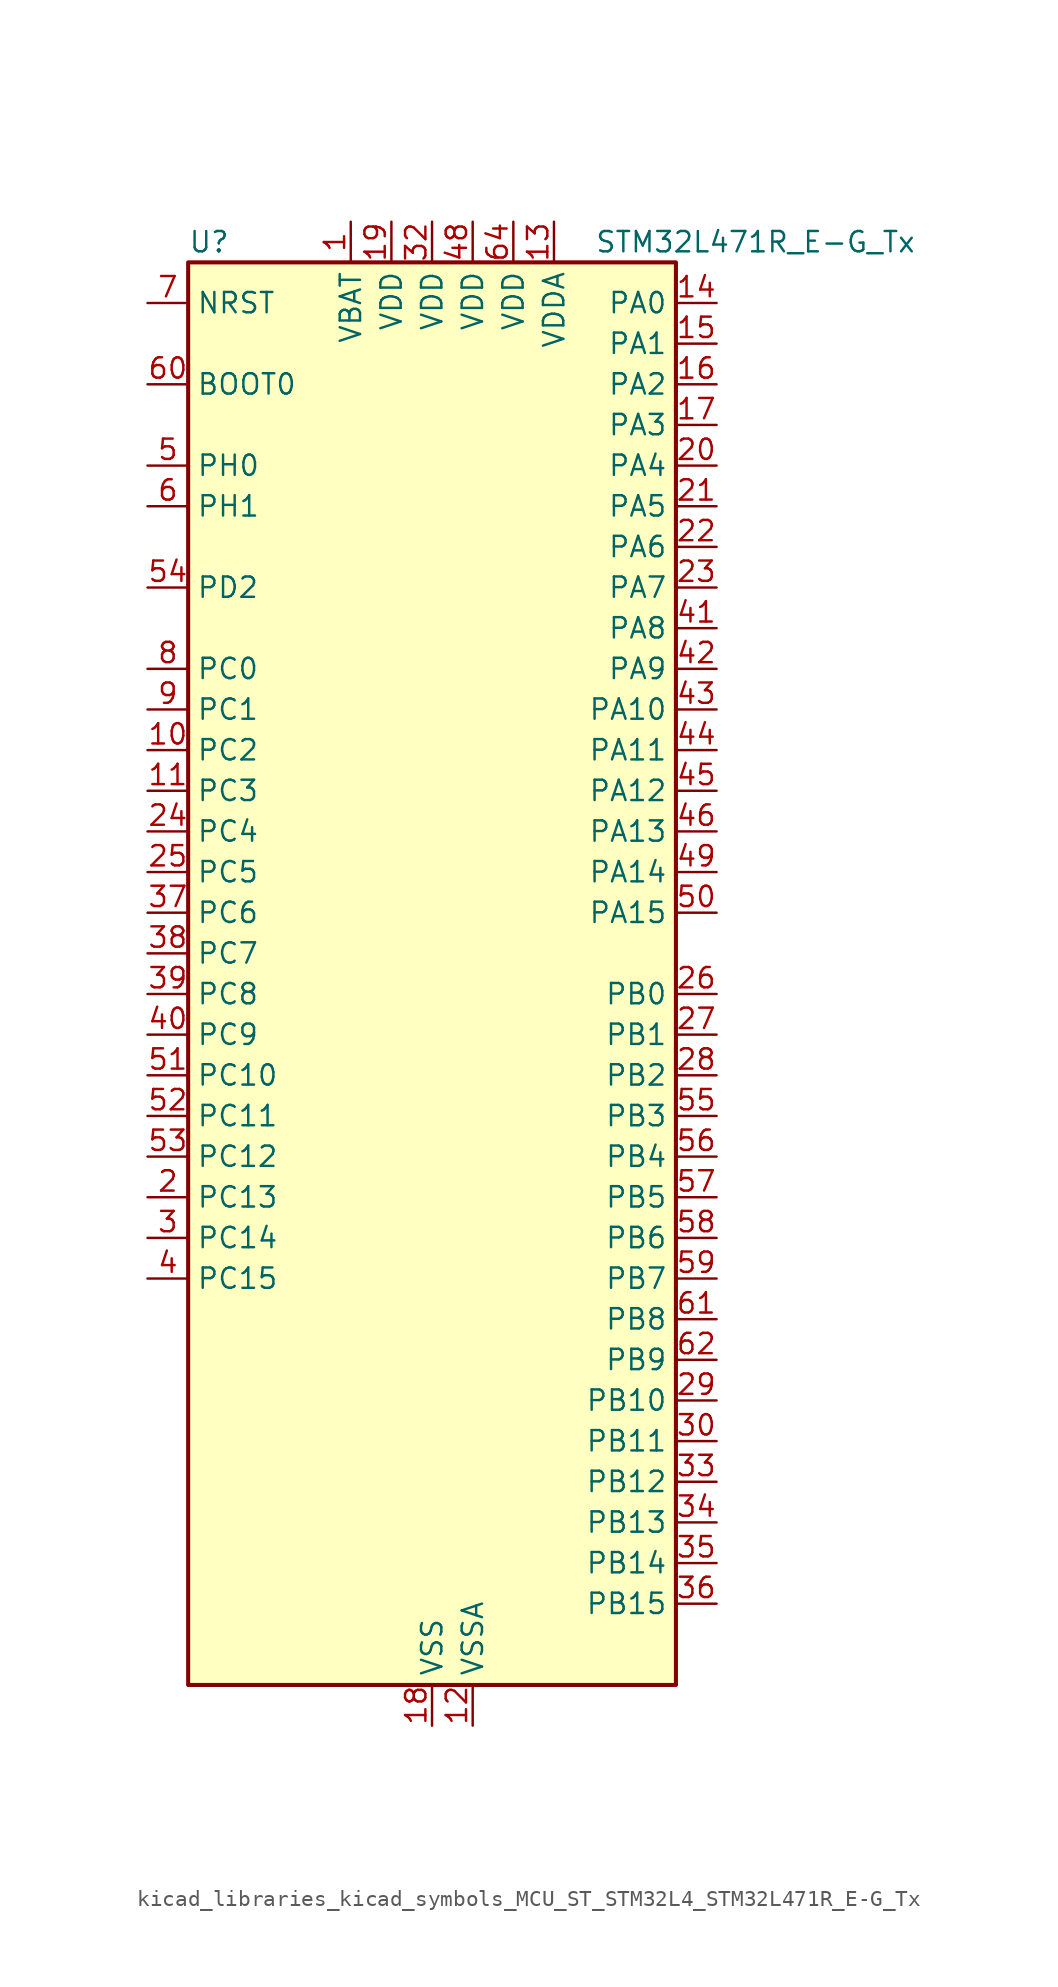
<source format=kicad_sym>
(kicad_symbol_lib
  (version 20220914)
  (generator kicad_symbol_editor)
  (symbol "kicad_libraries_kicad_symbols_MCU_ST_STM32L4_STM32L471R_E-G_Tx"
    (property "Reference" "U"
      (at -15.24 46.99 0)
      (effects (font (size 1.27 1.27)) (justify left)))
    (property "Value" "STM32L471R_E-G_Tx"
      (at 10.16 46.99 0)
      (effects (font (size 1.27 1.27)) (justify left)))
    (property "ki_locked" ""
      (at 0 0 0)
      (effects (font (size 1.27 1.27))))
    (symbol "kicad_libraries_kicad_symbols_MCU_ST_STM32L4_STM32L471R_E-G_Tx_0_1"
      (rectangle (start -15.24 -43.18) (end 15.24 45.72) (stroke (width 0.254) (type default)) (fill (type background))))
    (symbol "kicad_libraries_kicad_symbols_MCU_ST_STM32L4_STM32L471R_E-G_Tx_1_1"
      (pin power_in line (at -5.08 48.26 270) (length 2.54) (name "VBAT" (effects (font (size 1.27 1.27)))) (number "1" (effects (font (size 1.27 1.27)))))
      (pin bidirectional line (at -17.78 15.24 0) (length 2.54) (name "PC2" (effects (font (size 1.27 1.27)))) (number "10" (effects (font (size 1.27 1.27)))) (alternate "ADC1_IN3" bidirectional line) (alternate "ADC2_IN3" bidirectional line) (alternate "ADC3_IN3" bidirectional line) (alternate "DFSDM1_CKOUT" bidirectional line) (alternate "LPTIM1_IN2" bidirectional line) (alternate "SPI2_MISO" bidirectional line))
      (pin bidirectional line (at -17.78 12.7 0) (length 2.54) (name "PC3" (effects (font (size 1.27 1.27)))) (number "11" (effects (font (size 1.27 1.27)))) (alternate "ADC1_IN4" bidirectional line) (alternate "ADC2_IN4" bidirectional line) (alternate "ADC3_IN4" bidirectional line) (alternate "LPTIM1_ETR" bidirectional line) (alternate "LPTIM2_ETR" bidirectional line) (alternate "SAI1_SD_A" bidirectional line) (alternate "SPI2_MOSI" bidirectional line))
      (pin power_in line (at 2.54 -45.72 90) (length 2.54) (name "VSSA" (effects (font (size 1.27 1.27)))) (number "12" (effects (font (size 1.27 1.27)))))
      (pin power_in line (at 7.62 48.26 270) (length 2.54) (name "VDDA" (effects (font (size 1.27 1.27)))) (number "13" (effects (font (size 1.27 1.27)))))
      (pin bidirectional line (at 17.78 43.18 180) (length 2.54) (name "PA0" (effects (font (size 1.27 1.27)))) (number "14" (effects (font (size 1.27 1.27)))) (alternate "ADC1_IN5" bidirectional line) (alternate "ADC2_IN5" bidirectional line) (alternate "OPAMP1_VINP" bidirectional line) (alternate "RTC_TAMP2" bidirectional line) (alternate "SAI1_EXTCLK" bidirectional line) (alternate "SYS_WKUP1" bidirectional line) (alternate "TIM2_CH1" bidirectional line) (alternate "TIM2_ETR" bidirectional line) (alternate "TIM5_CH1" bidirectional line) (alternate "TIM8_ETR" bidirectional line) (alternate "UART4_TX" bidirectional line) (alternate "USART2_CTS" bidirectional line))
      (pin bidirectional line (at 17.78 40.64 180) (length 2.54) (name "PA1" (effects (font (size 1.27 1.27)))) (number "15" (effects (font (size 1.27 1.27)))) (alternate "ADC1_IN6" bidirectional line) (alternate "ADC2_IN6" bidirectional line) (alternate "OPAMP1_VINM" bidirectional line) (alternate "TIM15_CH1N" bidirectional line) (alternate "TIM2_CH2" bidirectional line) (alternate "TIM5_CH2" bidirectional line) (alternate "UART4_RX" bidirectional line) (alternate "USART2_DE" bidirectional line) (alternate "USART2_RTS" bidirectional line))
      (pin bidirectional line (at 17.78 38.1 180) (length 2.54) (name "PA2" (effects (font (size 1.27 1.27)))) (number "16" (effects (font (size 1.27 1.27)))) (alternate "ADC1_IN7" bidirectional line) (alternate "ADC2_IN7" bidirectional line) (alternate "RCC_LSCO" bidirectional line) (alternate "SAI2_EXTCLK" bidirectional line) (alternate "SYS_WKUP4" bidirectional line) (alternate "TIM15_CH1" bidirectional line) (alternate "TIM2_CH3" bidirectional line) (alternate "TIM5_CH3" bidirectional line) (alternate "USART2_TX" bidirectional line))
      (pin bidirectional line (at 17.78 35.56 180) (length 2.54) (name "PA3" (effects (font (size 1.27 1.27)))) (number "17" (effects (font (size 1.27 1.27)))) (alternate "ADC1_IN8" bidirectional line) (alternate "ADC2_IN8" bidirectional line) (alternate "OPAMP1_VOUT" bidirectional line) (alternate "TIM15_CH2" bidirectional line) (alternate "TIM2_CH4" bidirectional line) (alternate "TIM5_CH4" bidirectional line) (alternate "USART2_RX" bidirectional line))
      (pin power_in line (at 0 -45.72 90) (length 2.54) (name "VSS" (effects (font (size 1.27 1.27)))) (number "18" (effects (font (size 1.27 1.27)))))
      (pin power_in line (at -2.54 48.26 270) (length 2.54) (name "VDD" (effects (font (size 1.27 1.27)))) (number "19" (effects (font (size 1.27 1.27)))))
      (pin bidirectional line (at -17.78 -12.7 0) (length 2.54) (name "PC13" (effects (font (size 1.27 1.27)))) (number "2" (effects (font (size 1.27 1.27)))) (alternate "RTC_OUT_ALARM" bidirectional line) (alternate "RTC_OUT_CALIB" bidirectional line) (alternate "RTC_TAMP1" bidirectional line) (alternate "RTC_TS" bidirectional line) (alternate "SYS_WKUP2" bidirectional line))
      (pin bidirectional line (at 17.78 33.02 180) (length 2.54) (name "PA4" (effects (font (size 1.27 1.27)))) (number "20" (effects (font (size 1.27 1.27)))) (alternate "ADC1_IN9" bidirectional line) (alternate "ADC2_IN9" bidirectional line) (alternate "DAC1_OUT1" bidirectional line) (alternate "LPTIM2_OUT" bidirectional line) (alternate "SAI1_FS_B" bidirectional line) (alternate "SPI1_NSS" bidirectional line) (alternate "SPI3_NSS" bidirectional line) (alternate "USART2_CK" bidirectional line))
      (pin bidirectional line (at 17.78 30.48 180) (length 2.54) (name "PA5" (effects (font (size 1.27 1.27)))) (number "21" (effects (font (size 1.27 1.27)))) (alternate "ADC1_IN10" bidirectional line) (alternate "ADC2_IN10" bidirectional line) (alternate "DAC1_OUT2" bidirectional line) (alternate "LPTIM2_ETR" bidirectional line) (alternate "SPI1_SCK" bidirectional line) (alternate "TIM2_CH1" bidirectional line) (alternate "TIM2_ETR" bidirectional line) (alternate "TIM8_CH1N" bidirectional line))
      (pin bidirectional line (at 17.78 27.94 180) (length 2.54) (name "PA6" (effects (font (size 1.27 1.27)))) (number "22" (effects (font (size 1.27 1.27)))) (alternate "ADC1_IN11" bidirectional line) (alternate "ADC2_IN11" bidirectional line) (alternate "OPAMP2_VINP" bidirectional line) (alternate "QUADSPI_BK1_IO3" bidirectional line) (alternate "SPI1_MISO" bidirectional line) (alternate "TIM16_CH1" bidirectional line) (alternate "TIM1_BKIN" bidirectional line) (alternate "TIM1_BKIN_COMP2" bidirectional line) (alternate "TIM3_CH1" bidirectional line) (alternate "TIM8_BKIN" bidirectional line) (alternate "TIM8_BKIN_COMP2" bidirectional line) (alternate "USART3_CTS" bidirectional line))
      (pin bidirectional line (at 17.78 25.4 180) (length 2.54) (name "PA7" (effects (font (size 1.27 1.27)))) (number "23" (effects (font (size 1.27 1.27)))) (alternate "ADC1_IN12" bidirectional line) (alternate "ADC2_IN12" bidirectional line) (alternate "OPAMP2_VINM" bidirectional line) (alternate "QUADSPI_BK1_IO2" bidirectional line) (alternate "SPI1_MOSI" bidirectional line) (alternate "TIM17_CH1" bidirectional line) (alternate "TIM1_CH1N" bidirectional line) (alternate "TIM3_CH2" bidirectional line) (alternate "TIM8_CH1N" bidirectional line))
      (pin bidirectional line (at -17.78 10.16 0) (length 2.54) (name "PC4" (effects (font (size 1.27 1.27)))) (number "24" (effects (font (size 1.27 1.27)))) (alternate "ADC1_IN13" bidirectional line) (alternate "ADC2_IN13" bidirectional line) (alternate "COMP1_INM" bidirectional line) (alternate "USART3_TX" bidirectional line))
      (pin bidirectional line (at -17.78 7.62 0) (length 2.54) (name "PC5" (effects (font (size 1.27 1.27)))) (number "25" (effects (font (size 1.27 1.27)))) (alternate "ADC1_IN14" bidirectional line) (alternate "ADC2_IN14" bidirectional line) (alternate "COMP1_INP" bidirectional line) (alternate "SYS_WKUP5" bidirectional line) (alternate "USART3_RX" bidirectional line))
      (pin bidirectional line (at 17.78 0 180) (length 2.54) (name "PB0" (effects (font (size 1.27 1.27)))) (number "26" (effects (font (size 1.27 1.27)))) (alternate "ADC1_IN15" bidirectional line) (alternate "ADC2_IN15" bidirectional line) (alternate "COMP1_OUT" bidirectional line) (alternate "OPAMP2_VOUT" bidirectional line) (alternate "QUADSPI_BK1_IO1" bidirectional line) (alternate "TIM1_CH2N" bidirectional line) (alternate "TIM3_CH3" bidirectional line) (alternate "TIM8_CH2N" bidirectional line) (alternate "USART3_CK" bidirectional line))
      (pin bidirectional line (at 17.78 -2.54 180) (length 2.54) (name "PB1" (effects (font (size 1.27 1.27)))) (number "27" (effects (font (size 1.27 1.27)))) (alternate "ADC1_IN16" bidirectional line) (alternate "ADC2_IN16" bidirectional line) (alternate "COMP1_INM" bidirectional line) (alternate "DFSDM1_DATIN0" bidirectional line) (alternate "LPTIM2_IN1" bidirectional line) (alternate "QUADSPI_BK1_IO0" bidirectional line) (alternate "TIM1_CH3N" bidirectional line) (alternate "TIM3_CH4" bidirectional line) (alternate "TIM8_CH3N" bidirectional line) (alternate "USART3_DE" bidirectional line) (alternate "USART3_RTS" bidirectional line))
      (pin bidirectional line (at 17.78 -5.08 180) (length 2.54) (name "PB2" (effects (font (size 1.27 1.27)))) (number "28" (effects (font (size 1.27 1.27)))) (alternate "COMP1_INP" bidirectional line) (alternate "DFSDM1_CKIN0" bidirectional line) (alternate "I2C3_SMBA" bidirectional line) (alternate "LPTIM1_OUT" bidirectional line) (alternate "RTC_OUT_ALARM" bidirectional line) (alternate "RTC_OUT_CALIB" bidirectional line))
      (pin bidirectional line (at 17.78 -25.4 180) (length 2.54) (name "PB10" (effects (font (size 1.27 1.27)))) (number "29" (effects (font (size 1.27 1.27)))) (alternate "COMP1_OUT" bidirectional line) (alternate "DFSDM1_DATIN7" bidirectional line) (alternate "I2C2_SCL" bidirectional line) (alternate "LPUART1_RX" bidirectional line) (alternate "QUADSPI_CLK" bidirectional line) (alternate "SAI1_SCK_A" bidirectional line) (alternate "SPI2_SCK" bidirectional line) (alternate "TIM2_CH3" bidirectional line) (alternate "USART3_TX" bidirectional line))
      (pin bidirectional line (at -17.78 -15.24 0) (length 2.54) (name "PC14" (effects (font (size 1.27 1.27)))) (number "3" (effects (font (size 1.27 1.27)))) (alternate "RCC_OSC32_IN" bidirectional line))
      (pin bidirectional line (at 17.78 -27.94 180) (length 2.54) (name "PB11" (effects (font (size 1.27 1.27)))) (number "30" (effects (font (size 1.27 1.27)))) (alternate "ADC1_EXTI11" bidirectional line) (alternate "ADC2_EXTI11" bidirectional line) (alternate "ADC3_EXTI11" bidirectional line) (alternate "COMP2_OUT" bidirectional line) (alternate "DFSDM1_CKIN7" bidirectional line) (alternate "I2C2_SDA" bidirectional line) (alternate "LPUART1_TX" bidirectional line) (alternate "QUADSPI_NCS" bidirectional line) (alternate "TIM2_CH4" bidirectional line) (alternate "USART3_RX" bidirectional line))
      (pin passive line (at 0 -45.72 90) (length 2.54) hide (name "VSS" (effects (font (size 1.27 1.27)))) (number "31" (effects (font (size 1.27 1.27)))))
      (pin power_in line (at 0 48.26 270) (length 2.54) (name "VDD" (effects (font (size 1.27 1.27)))) (number "32" (effects (font (size 1.27 1.27)))))
      (pin bidirectional line (at 17.78 -30.48 180) (length 2.54) (name "PB12" (effects (font (size 1.27 1.27)))) (number "33" (effects (font (size 1.27 1.27)))) (alternate "DFSDM1_DATIN1" bidirectional line) (alternate "I2C2_SMBA" bidirectional line) (alternate "LPUART1_DE" bidirectional line) (alternate "LPUART1_RTS" bidirectional line) (alternate "SAI2_FS_A" bidirectional line) (alternate "SPI2_NSS" bidirectional line) (alternate "SWPMI1_IO" bidirectional line) (alternate "TIM15_BKIN" bidirectional line) (alternate "TIM1_BKIN" bidirectional line) (alternate "TIM1_BKIN_COMP2" bidirectional line) (alternate "TSC_G1_IO1" bidirectional line) (alternate "USART3_CK" bidirectional line))
      (pin bidirectional line (at 17.78 -33.02 180) (length 2.54) (name "PB13" (effects (font (size 1.27 1.27)))) (number "34" (effects (font (size 1.27 1.27)))) (alternate "DFSDM1_CKIN1" bidirectional line) (alternate "I2C2_SCL" bidirectional line) (alternate "LPUART1_CTS" bidirectional line) (alternate "SAI2_SCK_A" bidirectional line) (alternate "SPI2_SCK" bidirectional line) (alternate "SWPMI1_TX" bidirectional line) (alternate "TIM15_CH1N" bidirectional line) (alternate "TIM1_CH1N" bidirectional line) (alternate "TSC_G1_IO2" bidirectional line) (alternate "USART3_CTS" bidirectional line))
      (pin bidirectional line (at 17.78 -35.56 180) (length 2.54) (name "PB14" (effects (font (size 1.27 1.27)))) (number "35" (effects (font (size 1.27 1.27)))) (alternate "DFSDM1_DATIN2" bidirectional line) (alternate "I2C2_SDA" bidirectional line) (alternate "SAI2_MCLK_A" bidirectional line) (alternate "SPI2_MISO" bidirectional line) (alternate "SWPMI1_RX" bidirectional line) (alternate "TIM15_CH1" bidirectional line) (alternate "TIM1_CH2N" bidirectional line) (alternate "TIM8_CH2N" bidirectional line) (alternate "TSC_G1_IO3" bidirectional line) (alternate "USART3_DE" bidirectional line) (alternate "USART3_RTS" bidirectional line))
      (pin bidirectional line (at 17.78 -38.1 180) (length 2.54) (name "PB15" (effects (font (size 1.27 1.27)))) (number "36" (effects (font (size 1.27 1.27)))) (alternate "ADC1_EXTI15" bidirectional line) (alternate "ADC2_EXTI15" bidirectional line) (alternate "ADC3_EXTI15" bidirectional line) (alternate "DFSDM1_CKIN2" bidirectional line) (alternate "RTC_REFIN" bidirectional line) (alternate "SAI2_SD_A" bidirectional line) (alternate "SPI2_MOSI" bidirectional line) (alternate "SWPMI1_SUSPEND" bidirectional line) (alternate "TIM15_CH2" bidirectional line) (alternate "TIM1_CH3N" bidirectional line) (alternate "TIM8_CH3N" bidirectional line) (alternate "TSC_G1_IO4" bidirectional line))
      (pin bidirectional line (at -17.78 5.08 0) (length 2.54) (name "PC6" (effects (font (size 1.27 1.27)))) (number "37" (effects (font (size 1.27 1.27)))) (alternate "DFSDM1_CKIN3" bidirectional line) (alternate "SAI2_MCLK_A" bidirectional line) (alternate "SDMMC1_D6" bidirectional line) (alternate "TIM3_CH1" bidirectional line) (alternate "TIM8_CH1" bidirectional line) (alternate "TSC_G4_IO1" bidirectional line))
      (pin bidirectional line (at -17.78 2.54 0) (length 2.54) (name "PC7" (effects (font (size 1.27 1.27)))) (number "38" (effects (font (size 1.27 1.27)))) (alternate "DFSDM1_DATIN3" bidirectional line) (alternate "SAI2_MCLK_B" bidirectional line) (alternate "SDMMC1_D7" bidirectional line) (alternate "TIM3_CH2" bidirectional line) (alternate "TIM8_CH2" bidirectional line) (alternate "TSC_G4_IO2" bidirectional line))
      (pin bidirectional line (at -17.78 0 0) (length 2.54) (name "PC8" (effects (font (size 1.27 1.27)))) (number "39" (effects (font (size 1.27 1.27)))) (alternate "SDMMC1_D0" bidirectional line) (alternate "TIM3_CH3" bidirectional line) (alternate "TIM8_CH3" bidirectional line) (alternate "TSC_G4_IO3" bidirectional line))
      (pin bidirectional line (at -17.78 -17.78 0) (length 2.54) (name "PC15" (effects (font (size 1.27 1.27)))) (number "4" (effects (font (size 1.27 1.27)))) (alternate "ADC1_EXTI15" bidirectional line) (alternate "ADC2_EXTI15" bidirectional line) (alternate "ADC3_EXTI15" bidirectional line) (alternate "RCC_OSC32_OUT" bidirectional line))
      (pin bidirectional line (at -17.78 -2.54 0) (length 2.54) (name "PC9" (effects (font (size 1.27 1.27)))) (number "40" (effects (font (size 1.27 1.27)))) (alternate "DAC1_EXTI9" bidirectional line) (alternate "SAI2_EXTCLK" bidirectional line) (alternate "SDMMC1_D1" bidirectional line) (alternate "TIM3_CH4" bidirectional line) (alternate "TIM8_BKIN2" bidirectional line) (alternate "TIM8_BKIN2_COMP1" bidirectional line) (alternate "TIM8_CH4" bidirectional line) (alternate "TSC_G4_IO4" bidirectional line))
      (pin bidirectional line (at 17.78 22.86 180) (length 2.54) (name "PA8" (effects (font (size 1.27 1.27)))) (number "41" (effects (font (size 1.27 1.27)))) (alternate "LPTIM2_OUT" bidirectional line) (alternate "RCC_MCO" bidirectional line) (alternate "TIM1_CH1" bidirectional line) (alternate "USART1_CK" bidirectional line))
      (pin bidirectional line (at 17.78 20.32 180) (length 2.54) (name "PA9" (effects (font (size 1.27 1.27)))) (number "42" (effects (font (size 1.27 1.27)))) (alternate "DAC1_EXTI9" bidirectional line) (alternate "TIM15_BKIN" bidirectional line) (alternate "TIM1_CH2" bidirectional line) (alternate "USART1_TX" bidirectional line))
      (pin bidirectional line (at 17.78 17.78 180) (length 2.54) (name "PA10" (effects (font (size 1.27 1.27)))) (number "43" (effects (font (size 1.27 1.27)))) (alternate "TIM17_BKIN" bidirectional line) (alternate "TIM1_CH3" bidirectional line) (alternate "USART1_RX" bidirectional line))
      (pin bidirectional line (at 17.78 15.24 180) (length 2.54) (name "PA11" (effects (font (size 1.27 1.27)))) (number "44" (effects (font (size 1.27 1.27)))) (alternate "ADC1_EXTI11" bidirectional line) (alternate "ADC2_EXTI11" bidirectional line) (alternate "ADC3_EXTI11" bidirectional line) (alternate "CAN1_RX" bidirectional line) (alternate "TIM1_BKIN2" bidirectional line) (alternate "TIM1_BKIN2_COMP1" bidirectional line) (alternate "TIM1_CH4" bidirectional line) (alternate "USART1_CTS" bidirectional line))
      (pin bidirectional line (at 17.78 12.7 180) (length 2.54) (name "PA12" (effects (font (size 1.27 1.27)))) (number "45" (effects (font (size 1.27 1.27)))) (alternate "CAN1_TX" bidirectional line) (alternate "TIM1_ETR" bidirectional line) (alternate "USART1_DE" bidirectional line) (alternate "USART1_RTS" bidirectional line))
      (pin bidirectional line (at 17.78 10.16 180) (length 2.54) (name "PA13" (effects (font (size 1.27 1.27)))) (number "46" (effects (font (size 1.27 1.27)))) (alternate "IR_OUT" bidirectional line) (alternate "SYS_JTMS-SWDIO" bidirectional line))
      (pin passive line (at 0 -45.72 90) (length 2.54) hide (name "VSS" (effects (font (size 1.27 1.27)))) (number "47" (effects (font (size 1.27 1.27)))))
      (pin power_in line (at 2.54 48.26 270) (length 2.54) (name "VDD" (effects (font (size 1.27 1.27)))) (number "48" (effects (font (size 1.27 1.27)))))
      (pin bidirectional line (at 17.78 7.62 180) (length 2.54) (name "PA14" (effects (font (size 1.27 1.27)))) (number "49" (effects (font (size 1.27 1.27)))) (alternate "SYS_JTCK-SWCLK" bidirectional line))
      (pin bidirectional line (at -17.78 33.02 0) (length 2.54) (name "PH0" (effects (font (size 1.27 1.27)))) (number "5" (effects (font (size 1.27 1.27)))) (alternate "RCC_OSC_IN" bidirectional line))
      (pin bidirectional line (at 17.78 5.08 180) (length 2.54) (name "PA15" (effects (font (size 1.27 1.27)))) (number "50" (effects (font (size 1.27 1.27)))) (alternate "ADC1_EXTI15" bidirectional line) (alternate "ADC2_EXTI15" bidirectional line) (alternate "ADC3_EXTI15" bidirectional line) (alternate "SAI2_FS_B" bidirectional line) (alternate "SPI1_NSS" bidirectional line) (alternate "SPI3_NSS" bidirectional line) (alternate "SYS_JTDI" bidirectional line) (alternate "TIM2_CH1" bidirectional line) (alternate "TIM2_ETR" bidirectional line) (alternate "TSC_G3_IO1" bidirectional line) (alternate "UART4_DE" bidirectional line) (alternate "UART4_RTS" bidirectional line))
      (pin bidirectional line (at -17.78 -5.08 0) (length 2.54) (name "PC10" (effects (font (size 1.27 1.27)))) (number "51" (effects (font (size 1.27 1.27)))) (alternate "SAI2_SCK_B" bidirectional line) (alternate "SDMMC1_D2" bidirectional line) (alternate "SPI3_SCK" bidirectional line) (alternate "TSC_G3_IO2" bidirectional line) (alternate "UART4_TX" bidirectional line) (alternate "USART3_TX" bidirectional line))
      (pin bidirectional line (at -17.78 -7.62 0) (length 2.54) (name "PC11" (effects (font (size 1.27 1.27)))) (number "52" (effects (font (size 1.27 1.27)))) (alternate "ADC1_EXTI11" bidirectional line) (alternate "ADC2_EXTI11" bidirectional line) (alternate "ADC3_EXTI11" bidirectional line) (alternate "SAI2_MCLK_B" bidirectional line) (alternate "SDMMC1_D3" bidirectional line) (alternate "SPI3_MISO" bidirectional line) (alternate "TSC_G3_IO3" bidirectional line) (alternate "UART4_RX" bidirectional line) (alternate "USART3_RX" bidirectional line))
      (pin bidirectional line (at -17.78 -10.16 0) (length 2.54) (name "PC12" (effects (font (size 1.27 1.27)))) (number "53" (effects (font (size 1.27 1.27)))) (alternate "SAI2_SD_B" bidirectional line) (alternate "SDMMC1_CK" bidirectional line) (alternate "SPI3_MOSI" bidirectional line) (alternate "TSC_G3_IO4" bidirectional line) (alternate "UART5_TX" bidirectional line) (alternate "USART3_CK" bidirectional line))
      (pin bidirectional line (at -17.78 25.4 0) (length 2.54) (name "PD2" (effects (font (size 1.27 1.27)))) (number "54" (effects (font (size 1.27 1.27)))) (alternate "SDMMC1_CMD" bidirectional line) (alternate "TIM3_ETR" bidirectional line) (alternate "TSC_SYNC" bidirectional line) (alternate "UART5_RX" bidirectional line) (alternate "USART3_DE" bidirectional line) (alternate "USART3_RTS" bidirectional line))
      (pin bidirectional line (at 17.78 -7.62 180) (length 2.54) (name "PB3" (effects (font (size 1.27 1.27)))) (number "55" (effects (font (size 1.27 1.27)))) (alternate "COMP2_INM" bidirectional line) (alternate "SAI1_SCK_B" bidirectional line) (alternate "SPI1_SCK" bidirectional line) (alternate "SPI3_SCK" bidirectional line) (alternate "SYS_JTDO-SWO" bidirectional line) (alternate "TIM2_CH2" bidirectional line) (alternate "USART1_DE" bidirectional line) (alternate "USART1_RTS" bidirectional line))
      (pin bidirectional line (at 17.78 -10.16 180) (length 2.54) (name "PB4" (effects (font (size 1.27 1.27)))) (number "56" (effects (font (size 1.27 1.27)))) (alternate "COMP2_INP" bidirectional line) (alternate "SAI1_MCLK_B" bidirectional line) (alternate "SPI1_MISO" bidirectional line) (alternate "SPI3_MISO" bidirectional line) (alternate "SYS_JTRST" bidirectional line) (alternate "TIM17_BKIN" bidirectional line) (alternate "TIM3_CH1" bidirectional line) (alternate "TSC_G2_IO1" bidirectional line) (alternate "UART5_DE" bidirectional line) (alternate "UART5_RTS" bidirectional line) (alternate "USART1_CTS" bidirectional line))
      (pin bidirectional line (at 17.78 -12.7 180) (length 2.54) (name "PB5" (effects (font (size 1.27 1.27)))) (number "57" (effects (font (size 1.27 1.27)))) (alternate "COMP2_OUT" bidirectional line) (alternate "I2C1_SMBA" bidirectional line) (alternate "LPTIM1_IN1" bidirectional line) (alternate "SAI1_SD_B" bidirectional line) (alternate "SPI1_MOSI" bidirectional line) (alternate "SPI3_MOSI" bidirectional line) (alternate "TIM16_BKIN" bidirectional line) (alternate "TIM3_CH2" bidirectional line) (alternate "TSC_G2_IO2" bidirectional line) (alternate "UART5_CTS" bidirectional line) (alternate "USART1_CK" bidirectional line))
      (pin bidirectional line (at 17.78 -15.24 180) (length 2.54) (name "PB6" (effects (font (size 1.27 1.27)))) (number "58" (effects (font (size 1.27 1.27)))) (alternate "COMP2_INP" bidirectional line) (alternate "DFSDM1_DATIN5" bidirectional line) (alternate "I2C1_SCL" bidirectional line) (alternate "LPTIM1_ETR" bidirectional line) (alternate "SAI1_FS_B" bidirectional line) (alternate "TIM16_CH1N" bidirectional line) (alternate "TIM4_CH1" bidirectional line) (alternate "TIM8_BKIN2" bidirectional line) (alternate "TIM8_BKIN2_COMP2" bidirectional line) (alternate "TSC_G2_IO3" bidirectional line) (alternate "USART1_TX" bidirectional line))
      (pin bidirectional line (at 17.78 -17.78 180) (length 2.54) (name "PB7" (effects (font (size 1.27 1.27)))) (number "59" (effects (font (size 1.27 1.27)))) (alternate "COMP2_INM" bidirectional line) (alternate "DFSDM1_CKIN5" bidirectional line) (alternate "I2C1_SDA" bidirectional line) (alternate "LPTIM1_IN2" bidirectional line) (alternate "SYS_PVD_IN" bidirectional line) (alternate "TIM17_CH1N" bidirectional line) (alternate "TIM4_CH2" bidirectional line) (alternate "TIM8_BKIN" bidirectional line) (alternate "TIM8_BKIN_COMP1" bidirectional line) (alternate "TSC_G2_IO4" bidirectional line) (alternate "UART4_CTS" bidirectional line) (alternate "USART1_RX" bidirectional line))
      (pin bidirectional line (at -17.78 30.48 0) (length 2.54) (name "PH1" (effects (font (size 1.27 1.27)))) (number "6" (effects (font (size 1.27 1.27)))) (alternate "RCC_OSC_OUT" bidirectional line))
      (pin input line (at -17.78 38.1 0) (length 2.54) (name "BOOT0" (effects (font (size 1.27 1.27)))) (number "60" (effects (font (size 1.27 1.27)))))
      (pin bidirectional line (at 17.78 -20.32 180) (length 2.54) (name "PB8" (effects (font (size 1.27 1.27)))) (number "61" (effects (font (size 1.27 1.27)))) (alternate "CAN1_RX" bidirectional line) (alternate "DFSDM1_DATIN6" bidirectional line) (alternate "I2C1_SCL" bidirectional line) (alternate "SAI1_MCLK_A" bidirectional line) (alternate "SDMMC1_D4" bidirectional line) (alternate "TIM16_CH1" bidirectional line) (alternate "TIM4_CH3" bidirectional line))
      (pin bidirectional line (at 17.78 -22.86 180) (length 2.54) (name "PB9" (effects (font (size 1.27 1.27)))) (number "62" (effects (font (size 1.27 1.27)))) (alternate "CAN1_TX" bidirectional line) (alternate "DAC1_EXTI9" bidirectional line) (alternate "DFSDM1_CKIN6" bidirectional line) (alternate "I2C1_SDA" bidirectional line) (alternate "IR_OUT" bidirectional line) (alternate "SAI1_FS_A" bidirectional line) (alternate "SDMMC1_D5" bidirectional line) (alternate "SPI2_NSS" bidirectional line) (alternate "TIM17_CH1" bidirectional line) (alternate "TIM4_CH4" bidirectional line))
      (pin passive line (at 0 -45.72 90) (length 2.54) hide (name "VSS" (effects (font (size 1.27 1.27)))) (number "63" (effects (font (size 1.27 1.27)))))
      (pin power_in line (at 5.08 48.26 270) (length 2.54) (name "VDD" (effects (font (size 1.27 1.27)))) (number "64" (effects (font (size 1.27 1.27)))))
      (pin input line (at -17.78 43.18 0) (length 2.54) (name "NRST" (effects (font (size 1.27 1.27)))) (number "7" (effects (font (size 1.27 1.27)))))
      (pin bidirectional line (at -17.78 20.32 0) (length 2.54) (name "PC0" (effects (font (size 1.27 1.27)))) (number "8" (effects (font (size 1.27 1.27)))) (alternate "ADC1_IN1" bidirectional line) (alternate "ADC2_IN1" bidirectional line) (alternate "ADC3_IN1" bidirectional line) (alternate "DFSDM1_DATIN4" bidirectional line) (alternate "I2C3_SCL" bidirectional line) (alternate "LPTIM1_IN1" bidirectional line) (alternate "LPTIM2_IN1" bidirectional line) (alternate "LPUART1_RX" bidirectional line))
      (pin bidirectional line (at -17.78 17.78 0) (length 2.54) (name "PC1" (effects (font (size 1.27 1.27)))) (number "9" (effects (font (size 1.27 1.27)))) (alternate "ADC1_IN2" bidirectional line) (alternate "ADC2_IN2" bidirectional line) (alternate "ADC3_IN2" bidirectional line) (alternate "DFSDM1_CKIN4" bidirectional line) (alternate "I2C3_SDA" bidirectional line) (alternate "LPTIM1_OUT" bidirectional line) (alternate "LPUART1_TX" bidirectional line)))))
</source>
